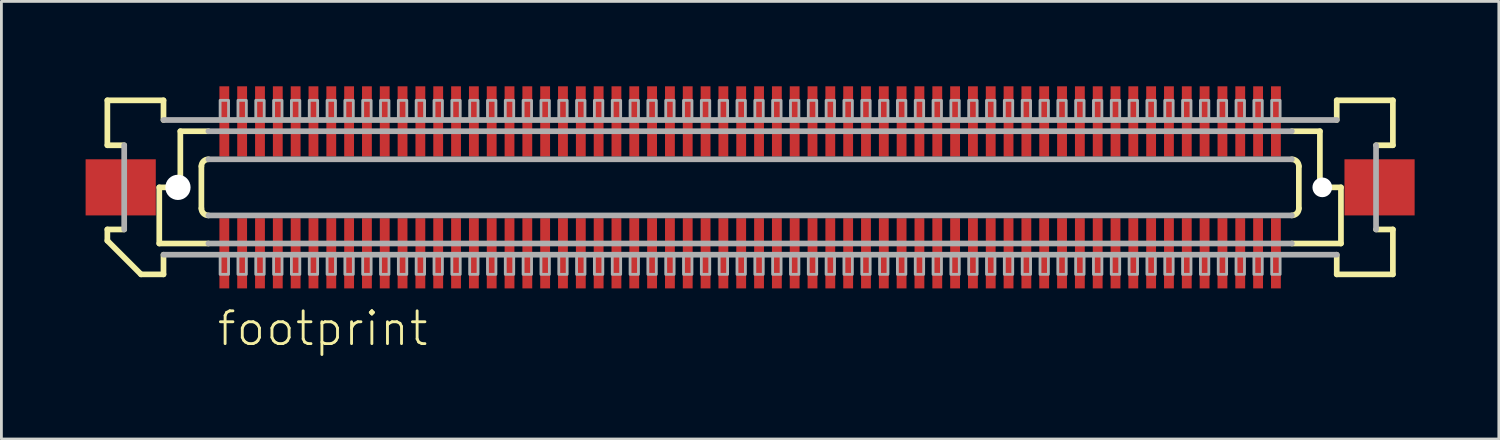
<source format=kicad_pcb>
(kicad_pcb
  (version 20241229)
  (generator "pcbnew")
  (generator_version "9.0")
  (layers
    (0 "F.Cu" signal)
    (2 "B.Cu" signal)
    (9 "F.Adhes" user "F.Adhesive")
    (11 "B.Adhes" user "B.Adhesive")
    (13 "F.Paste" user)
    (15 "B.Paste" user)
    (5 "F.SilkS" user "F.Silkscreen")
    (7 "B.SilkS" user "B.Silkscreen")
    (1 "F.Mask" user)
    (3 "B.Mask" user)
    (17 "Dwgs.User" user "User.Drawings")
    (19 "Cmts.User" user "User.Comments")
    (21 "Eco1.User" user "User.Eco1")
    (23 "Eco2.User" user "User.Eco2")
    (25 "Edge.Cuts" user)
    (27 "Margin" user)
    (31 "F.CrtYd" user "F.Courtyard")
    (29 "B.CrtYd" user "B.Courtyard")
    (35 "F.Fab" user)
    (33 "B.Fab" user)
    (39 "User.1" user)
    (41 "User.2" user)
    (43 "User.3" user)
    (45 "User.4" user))
  (footprint "footprint"
    (layer "F.Cu")
    (at 23.675 3.625)
    (property "Reference" "footprint" (at -19.05 5.715 0) (layer "F.SilkS") (effects (font (size 1.168 1.168) (thickness 0.102)) (justify left bottom)))
    (fp_poly (pts (xy -18.933 3.625) (xy -18.532 3.625) (xy -18.532 1.075) (xy -18.933 1.075)) (stroke (width 0) (type solid)) (fill yes) (layer "F.Mask"))
    (fp_poly (pts (xy -18.532 -3.625) (xy -18.933 -3.625) (xy -18.933 -1.075) (xy -18.532 -1.075)) (stroke (width 0) (type solid)) (fill yes) (layer "F.Mask"))
    (fp_poly (pts (xy -18.297 3.625) (xy -17.898 3.625) (xy -17.898 1.075) (xy -18.297 1.075)) (stroke (width 0) (type solid)) (fill yes) (layer "F.Mask"))
    (fp_poly (pts (xy -17.898 -3.625) (xy -18.297 -3.625) (xy -18.297 -1.075) (xy -17.898 -1.075)) (stroke (width 0) (type solid)) (fill yes) (layer "F.Mask"))
    (fp_poly (pts (xy -17.663 3.625) (xy -17.262 3.625) (xy -17.262 1.075) (xy -17.663 1.075)) (stroke (width 0) (type solid)) (fill yes) (layer "F.Mask"))
    (fp_poly (pts (xy -17.262 -3.625) (xy -17.663 -3.625) (xy -17.663 -1.075) (xy -17.262 -1.075)) (stroke (width 0) (type solid)) (fill yes) (layer "F.Mask"))
    (fp_poly (pts (xy -17.027 3.625) (xy -16.628 3.625) (xy -16.628 1.075) (xy -17.027 1.075)) (stroke (width 0) (type solid)) (fill yes) (layer "F.Mask"))
    (fp_poly (pts (xy -16.628 -3.625) (xy -17.027 -3.625) (xy -17.027 -1.075) (xy -16.628 -1.075)) (stroke (width 0) (type solid)) (fill yes) (layer "F.Mask"))
    (fp_poly (pts (xy -16.392 3.625) (xy -15.992 3.625) (xy -15.992 1.075) (xy -16.392 1.075)) (stroke (width 0) (type solid)) (fill yes) (layer "F.Mask"))
    (fp_poly (pts (xy -15.992 -3.625) (xy -16.392 -3.625) (xy -16.392 -1.075) (xy -15.992 -1.075)) (stroke (width 0) (type solid)) (fill yes) (layer "F.Mask"))
    (fp_poly (pts (xy -15.758 3.625) (xy -15.357 3.625) (xy -15.357 1.075) (xy -15.758 1.075)) (stroke (width 0) (type solid)) (fill yes) (layer "F.Mask"))
    (fp_poly (pts (xy -15.357 -3.625) (xy -15.758 -3.625) (xy -15.758 -1.075) (xy -15.357 -1.075)) (stroke (width 0) (type solid)) (fill yes) (layer "F.Mask"))
    (fp_poly (pts (xy -15.123 3.625) (xy -14.723 3.625) (xy -14.723 1.075) (xy -15.123 1.075)) (stroke (width 0) (type solid)) (fill yes) (layer "F.Mask"))
    (fp_poly (pts (xy -14.723 -3.625) (xy -15.123 -3.625) (xy -15.123 -1.075) (xy -14.723 -1.075)) (stroke (width 0) (type solid)) (fill yes) (layer "F.Mask"))
    (fp_poly (pts (xy -14.488 3.625) (xy -14.088 3.625) (xy -14.088 1.075) (xy -14.488 1.075)) (stroke (width 0) (type solid)) (fill yes) (layer "F.Mask"))
    (fp_poly (pts (xy -14.088 -3.625) (xy -14.488 -3.625) (xy -14.488 -1.075) (xy -14.088 -1.075)) (stroke (width 0) (type solid)) (fill yes) (layer "F.Mask"))
    (fp_poly (pts (xy -13.852 3.625) (xy -13.453 3.625) (xy -13.453 1.075) (xy -13.852 1.075)) (stroke (width 0) (type solid)) (fill yes) (layer "F.Mask"))
    (fp_poly (pts (xy -13.453 -3.625) (xy -13.852 -3.625) (xy -13.852 -1.075) (xy -13.453 -1.075)) (stroke (width 0) (type solid)) (fill yes) (layer "F.Mask"))
    (fp_poly (pts (xy -13.217 3.625) (xy -12.818 3.625) (xy -12.818 1.075) (xy -13.217 1.075)) (stroke (width 0) (type solid)) (fill yes) (layer "F.Mask"))
    (fp_poly (pts (xy -12.818 -3.625) (xy -13.217 -3.625) (xy -13.217 -1.075) (xy -12.818 -1.075)) (stroke (width 0) (type solid)) (fill yes) (layer "F.Mask"))
    (fp_poly (pts (xy -12.582 3.625) (xy -12.182 3.625) (xy -12.182 1.075) (xy -12.582 1.075)) (stroke (width 0) (type solid)) (fill yes) (layer "F.Mask"))
    (fp_poly (pts (xy -12.182 -3.625) (xy -12.582 -3.625) (xy -12.582 -1.075) (xy -12.182 -1.075)) (stroke (width 0) (type solid)) (fill yes) (layer "F.Mask"))
    (fp_poly (pts (xy -11.947 3.625) (xy -11.547 3.625) (xy -11.547 1.075) (xy -11.947 1.075)) (stroke (width 0) (type solid)) (fill yes) (layer "F.Mask"))
    (fp_poly (pts (xy -11.547 -3.625) (xy -11.947 -3.625) (xy -11.947 -1.075) (xy -11.547 -1.075)) (stroke (width 0) (type solid)) (fill yes) (layer "F.Mask"))
    (fp_poly (pts (xy -11.312 3.625) (xy -10.912 3.625) (xy -10.912 1.075) (xy -11.312 1.075)) (stroke (width 0) (type solid)) (fill yes) (layer "F.Mask"))
    (fp_poly (pts (xy -10.912 -3.625) (xy -11.312 -3.625) (xy -11.312 -1.075) (xy -10.912 -1.075)) (stroke (width 0) (type solid)) (fill yes) (layer "F.Mask"))
    (fp_poly (pts (xy -10.678 3.625) (xy -10.277 3.625) (xy -10.277 1.075) (xy -10.678 1.075)) (stroke (width 0) (type solid)) (fill yes) (layer "F.Mask"))
    (fp_poly (pts (xy -10.277 -3.625) (xy -10.678 -3.625) (xy -10.678 -1.075) (xy -10.277 -1.075)) (stroke (width 0) (type solid)) (fill yes) (layer "F.Mask"))
    (fp_poly (pts (xy -10.043 3.625) (xy -9.643 3.625) (xy -9.643 1.075) (xy -10.043 1.075)) (stroke (width 0) (type solid)) (fill yes) (layer "F.Mask"))
    (fp_poly (pts (xy -9.643 -3.625) (xy -10.043 -3.625) (xy -10.043 -1.075) (xy -9.643 -1.075)) (stroke (width 0) (type solid)) (fill yes) (layer "F.Mask"))
    (fp_poly (pts (xy -9.408 3.625) (xy -9.008 3.625) (xy -9.008 1.075) (xy -9.408 1.075)) (stroke (width 0) (type solid)) (fill yes) (layer "F.Mask"))
    (fp_poly (pts (xy -9.008 -3.625) (xy -9.408 -3.625) (xy -9.408 -1.075) (xy -9.008 -1.075)) (stroke (width 0) (type solid)) (fill yes) (layer "F.Mask"))
    (fp_poly (pts (xy -8.773 3.625) (xy -8.373 3.625) (xy -8.373 1.075) (xy -8.773 1.075)) (stroke (width 0) (type solid)) (fill yes) (layer "F.Mask"))
    (fp_poly (pts (xy -8.373 -3.625) (xy -8.773 -3.625) (xy -8.773 -1.075) (xy -8.373 -1.075)) (stroke (width 0) (type solid)) (fill yes) (layer "F.Mask"))
    (fp_poly (pts (xy -8.137 3.625) (xy -7.737 3.625) (xy -7.737 1.075) (xy -8.137 1.075)) (stroke (width 0) (type solid)) (fill yes) (layer "F.Mask"))
    (fp_poly (pts (xy -7.737 -3.625) (xy -8.137 -3.625) (xy -8.137 -1.075) (xy -7.737 -1.075)) (stroke (width 0) (type solid)) (fill yes) (layer "F.Mask"))
    (fp_poly (pts (xy -7.503 3.625) (xy -7.103 3.625) (xy -7.103 1.075) (xy -7.503 1.075)) (stroke (width 0) (type solid)) (fill yes) (layer "F.Mask"))
    (fp_poly (pts (xy -7.103 -3.625) (xy -7.503 -3.625) (xy -7.503 -1.075) (xy -7.103 -1.075)) (stroke (width 0) (type solid)) (fill yes) (layer "F.Mask"))
    (fp_poly (pts (xy -6.867 3.625) (xy -6.468 3.625) (xy -6.468 1.075) (xy -6.867 1.075)) (stroke (width 0) (type solid)) (fill yes) (layer "F.Mask"))
    (fp_poly (pts (xy -6.468 -3.625) (xy -6.867 -3.625) (xy -6.867 -1.075) (xy -6.468 -1.075)) (stroke (width 0) (type solid)) (fill yes) (layer "F.Mask"))
    (fp_poly (pts (xy -6.232 3.625) (xy -5.832 3.625) (xy -5.832 1.075) (xy -6.232 1.075)) (stroke (width 0) (type solid)) (fill yes) (layer "F.Mask"))
    (fp_poly (pts (xy -5.832 -3.625) (xy -6.232 -3.625) (xy -6.232 -1.075) (xy -5.832 -1.075)) (stroke (width 0) (type solid)) (fill yes) (layer "F.Mask"))
    (fp_poly (pts (xy -5.598 3.625) (xy -5.197 3.625) (xy -5.197 1.075) (xy -5.598 1.075)) (stroke (width 0) (type solid)) (fill yes) (layer "F.Mask"))
    (fp_poly (pts (xy -5.197 -3.625) (xy -5.598 -3.625) (xy -5.598 -1.075) (xy -5.197 -1.075)) (stroke (width 0) (type solid)) (fill yes) (layer "F.Mask"))
    (fp_poly (pts (xy -4.963 3.625) (xy -4.562 3.625) (xy -4.562 1.075) (xy -4.963 1.075)) (stroke (width 0) (type solid)) (fill yes) (layer "F.Mask"))
    (fp_poly (pts (xy -4.562 -3.625) (xy -4.963 -3.625) (xy -4.963 -1.075) (xy -4.562 -1.075)) (stroke (width 0) (type solid)) (fill yes) (layer "F.Mask"))
    (fp_poly (pts (xy -4.327 3.625) (xy -3.928 3.625) (xy -3.928 1.075) (xy -4.327 1.075)) (stroke (width 0) (type solid)) (fill yes) (layer "F.Mask"))
    (fp_poly (pts (xy -3.928 -3.625) (xy -4.327 -3.625) (xy -4.327 -1.075) (xy -3.928 -1.075)) (stroke (width 0) (type solid)) (fill yes) (layer "F.Mask"))
    (fp_poly (pts (xy -3.692 3.625) (xy -3.292 3.625) (xy -3.292 1.075) (xy -3.692 1.075)) (stroke (width 0) (type solid)) (fill yes) (layer "F.Mask"))
    (fp_poly (pts (xy -3.292 -3.625) (xy -3.692 -3.625) (xy -3.692 -1.075) (xy -3.292 -1.075)) (stroke (width 0) (type solid)) (fill yes) (layer "F.Mask"))
    (fp_poly (pts (xy -3.058 3.625) (xy -2.658 3.625) (xy -2.658 1.075) (xy -3.058 1.075)) (stroke (width 0) (type solid)) (fill yes) (layer "F.Mask"))
    (fp_poly (pts (xy -2.658 -3.625) (xy -3.058 -3.625) (xy -3.058 -1.075) (xy -2.658 -1.075)) (stroke (width 0) (type solid)) (fill yes) (layer "F.Mask"))
    (fp_poly (pts (xy -2.422 3.625) (xy -2.022 3.625) (xy -2.022 1.075) (xy -2.422 1.075)) (stroke (width 0) (type solid)) (fill yes) (layer "F.Mask"))
    (fp_poly (pts (xy -2.022 -3.625) (xy -2.422 -3.625) (xy -2.422 -1.075) (xy -2.022 -1.075)) (stroke (width 0) (type solid)) (fill yes) (layer "F.Mask"))
    (fp_poly (pts (xy -1.788 3.625) (xy -1.387 3.625) (xy -1.387 1.075) (xy -1.788 1.075)) (stroke (width 0) (type solid)) (fill yes) (layer "F.Mask"))
    (fp_poly (pts (xy -1.387 -3.625) (xy -1.788 -3.625) (xy -1.788 -1.075) (xy -1.387 -1.075)) (stroke (width 0) (type solid)) (fill yes) (layer "F.Mask"))
    (fp_poly (pts (xy -1.153 3.625) (xy -0.752 3.625) (xy -0.752 1.075) (xy -1.153 1.075)) (stroke (width 0) (type solid)) (fill yes) (layer "F.Mask"))
    (fp_poly (pts (xy -0.752 -3.625) (xy -1.153 -3.625) (xy -1.153 -1.075) (xy -0.752 -1.075)) (stroke (width 0) (type solid)) (fill yes) (layer "F.Mask"))
    (fp_poly (pts (xy -0.517 3.625) (xy -0.117 3.625) (xy -0.117 1.075) (xy -0.517 1.075)) (stroke (width 0) (type solid)) (fill yes) (layer "F.Mask"))
    (fp_poly (pts (xy -0.117 -3.625) (xy -0.517 -3.625) (xy -0.517 -1.075) (xy -0.117 -1.075)) (stroke (width 0) (type solid)) (fill yes) (layer "F.Mask"))
    (fp_poly (pts (xy 0.117 3.625) (xy 0.517 3.625) (xy 0.517 1.075) (xy 0.117 1.075)) (stroke (width 0) (type solid)) (fill yes) (layer "F.Mask"))
    (fp_poly (pts (xy 0.517 -3.625) (xy 0.117 -3.625) (xy 0.117 -1.075) (xy 0.517 -1.075)) (stroke (width 0) (type solid)) (fill yes) (layer "F.Mask"))
    (fp_poly (pts (xy 0.752 3.625) (xy 1.153 3.625) (xy 1.153 1.075) (xy 0.752 1.075)) (stroke (width 0) (type solid)) (fill yes) (layer "F.Mask"))
    (fp_poly (pts (xy 1.153 -3.625) (xy 0.752 -3.625) (xy 0.752 -1.075) (xy 1.153 -1.075)) (stroke (width 0) (type solid)) (fill yes) (layer "F.Mask"))
    (fp_poly (pts (xy 1.387 3.625) (xy 1.788 3.625) (xy 1.788 1.075) (xy 1.387 1.075)) (stroke (width 0) (type solid)) (fill yes) (layer "F.Mask"))
    (fp_poly (pts (xy 1.788 -3.625) (xy 1.387 -3.625) (xy 1.387 -1.075) (xy 1.788 -1.075)) (stroke (width 0) (type solid)) (fill yes) (layer "F.Mask"))
    (fp_poly (pts (xy 2.022 3.625) (xy 2.422 3.625) (xy 2.422 1.075) (xy 2.022 1.075)) (stroke (width 0) (type solid)) (fill yes) (layer "F.Mask"))
    (fp_poly (pts (xy 2.422 -3.625) (xy 2.022 -3.625) (xy 2.022 -1.075) (xy 2.422 -1.075)) (stroke (width 0) (type solid)) (fill yes) (layer "F.Mask"))
    (fp_poly (pts (xy 2.658 3.625) (xy 3.058 3.625) (xy 3.058 1.075) (xy 2.658 1.075)) (stroke (width 0) (type solid)) (fill yes) (layer "F.Mask"))
    (fp_poly (pts (xy 3.058 -3.625) (xy 2.658 -3.625) (xy 2.658 -1.075) (xy 3.058 -1.075)) (stroke (width 0) (type solid)) (fill yes) (layer "F.Mask"))
    (fp_poly (pts (xy 3.292 3.625) (xy 3.692 3.625) (xy 3.692 1.075) (xy 3.292 1.075)) (stroke (width 0) (type solid)) (fill yes) (layer "F.Mask"))
    (fp_poly (pts (xy 3.692 -3.625) (xy 3.292 -3.625) (xy 3.292 -1.075) (xy 3.692 -1.075)) (stroke (width 0) (type solid)) (fill yes) (layer "F.Mask"))
    (fp_poly (pts (xy 3.928 3.625) (xy 4.327 3.625) (xy 4.327 1.075) (xy 3.928 1.075)) (stroke (width 0) (type solid)) (fill yes) (layer "F.Mask"))
    (fp_poly (pts (xy 4.327 -3.625) (xy 3.928 -3.625) (xy 3.928 -1.075) (xy 4.327 -1.075)) (stroke (width 0) (type solid)) (fill yes) (layer "F.Mask"))
    (fp_poly (pts (xy 4.562 3.625) (xy 4.963 3.625) (xy 4.963 1.075) (xy 4.562 1.075)) (stroke (width 0) (type solid)) (fill yes) (layer "F.Mask"))
    (fp_poly (pts (xy 4.963 -3.625) (xy 4.562 -3.625) (xy 4.562 -1.075) (xy 4.963 -1.075)) (stroke (width 0) (type solid)) (fill yes) (layer "F.Mask"))
    (fp_poly (pts (xy 5.197 3.625) (xy 5.598 3.625) (xy 5.598 1.075) (xy 5.197 1.075)) (stroke (width 0) (type solid)) (fill yes) (layer "F.Mask"))
    (fp_poly (pts (xy 5.598 -3.625) (xy 5.197 -3.625) (xy 5.197 -1.075) (xy 5.598 -1.075)) (stroke (width 0) (type solid)) (fill yes) (layer "F.Mask"))
    (fp_poly (pts (xy 5.832 3.625) (xy 6.232 3.625) (xy 6.232 1.075) (xy 5.832 1.075)) (stroke (width 0) (type solid)) (fill yes) (layer "F.Mask"))
    (fp_poly (pts (xy 6.232 -3.625) (xy 5.832 -3.625) (xy 5.832 -1.075) (xy 6.232 -1.075)) (stroke (width 0) (type solid)) (fill yes) (layer "F.Mask"))
    (fp_poly (pts (xy 6.468 3.625) (xy 6.867 3.625) (xy 6.867 1.075) (xy 6.468 1.075)) (stroke (width 0) (type solid)) (fill yes) (layer "F.Mask"))
    (fp_poly (pts (xy 6.867 -3.625) (xy 6.468 -3.625) (xy 6.468 -1.075) (xy 6.867 -1.075)) (stroke (width 0) (type solid)) (fill yes) (layer "F.Mask"))
    (fp_poly (pts (xy 7.103 3.625) (xy 7.503 3.625) (xy 7.503 1.075) (xy 7.103 1.075)) (stroke (width 0) (type solid)) (fill yes) (layer "F.Mask"))
    (fp_poly (pts (xy 7.503 -3.625) (xy 7.103 -3.625) (xy 7.103 -1.075) (xy 7.503 -1.075)) (stroke (width 0) (type solid)) (fill yes) (layer "F.Mask"))
    (fp_poly (pts (xy 7.737 3.625) (xy 8.137 3.625) (xy 8.137 1.075) (xy 7.737 1.075)) (stroke (width 0) (type solid)) (fill yes) (layer "F.Mask"))
    (fp_poly (pts (xy 8.137 -3.625) (xy 7.737 -3.625) (xy 7.737 -1.075) (xy 8.137 -1.075)) (stroke (width 0) (type solid)) (fill yes) (layer "F.Mask"))
    (fp_poly (pts (xy 8.373 3.625) (xy 8.773 3.625) (xy 8.773 1.075) (xy 8.373 1.075)) (stroke (width 0) (type solid)) (fill yes) (layer "F.Mask"))
    (fp_poly (pts (xy 8.773 -3.625) (xy 8.373 -3.625) (xy 8.373 -1.075) (xy 8.773 -1.075)) (stroke (width 0) (type solid)) (fill yes) (layer "F.Mask"))
    (fp_poly (pts (xy 9.008 3.625) (xy 9.408 3.625) (xy 9.408 1.075) (xy 9.008 1.075)) (stroke (width 0) (type solid)) (fill yes) (layer "F.Mask"))
    (fp_poly (pts (xy 9.408 -3.625) (xy 9.008 -3.625) (xy 9.008 -1.075) (xy 9.408 -1.075)) (stroke (width 0) (type solid)) (fill yes) (layer "F.Mask"))
    (fp_poly (pts (xy 9.643 3.625) (xy 10.043 3.625) (xy 10.043 1.075) (xy 9.643 1.075)) (stroke (width 0) (type solid)) (fill yes) (layer "F.Mask"))
    (fp_poly (pts (xy 10.043 -3.625) (xy 9.643 -3.625) (xy 9.643 -1.075) (xy 10.043 -1.075)) (stroke (width 0) (type solid)) (fill yes) (layer "F.Mask"))
    (fp_poly (pts (xy 10.277 3.625) (xy 10.678 3.625) (xy 10.678 1.075) (xy 10.277 1.075)) (stroke (width 0) (type solid)) (fill yes) (layer "F.Mask"))
    (fp_poly (pts (xy 10.678 -3.625) (xy 10.277 -3.625) (xy 10.277 -1.075) (xy 10.678 -1.075)) (stroke (width 0) (type solid)) (fill yes) (layer "F.Mask"))
    (fp_poly (pts (xy 10.912 3.625) (xy 11.312 3.625) (xy 11.312 1.075) (xy 10.912 1.075)) (stroke (width 0) (type solid)) (fill yes) (layer "F.Mask"))
    (fp_poly (pts (xy 11.312 -3.625) (xy 10.912 -3.625) (xy 10.912 -1.075) (xy 11.312 -1.075)) (stroke (width 0) (type solid)) (fill yes) (layer "F.Mask"))
    (fp_poly (pts (xy 11.547 3.625) (xy 11.947 3.625) (xy 11.947 1.075) (xy 11.547 1.075)) (stroke (width 0) (type solid)) (fill yes) (layer "F.Mask"))
    (fp_poly (pts (xy 11.947 -3.625) (xy 11.547 -3.625) (xy 11.547 -1.075) (xy 11.947 -1.075)) (stroke (width 0) (type solid)) (fill yes) (layer "F.Mask"))
    (fp_poly (pts (xy 12.182 3.625) (xy 12.582 3.625) (xy 12.582 1.075) (xy 12.182 1.075)) (stroke (width 0) (type solid)) (fill yes) (layer "F.Mask"))
    (fp_poly (pts (xy 12.582 -3.625) (xy 12.182 -3.625) (xy 12.182 -1.075) (xy 12.582 -1.075)) (stroke (width 0) (type solid)) (fill yes) (layer "F.Mask"))
    (fp_poly (pts (xy 12.818 3.625) (xy 13.217 3.625) (xy 13.217 1.075) (xy 12.818 1.075)) (stroke (width 0) (type solid)) (fill yes) (layer "F.Mask"))
    (fp_poly (pts (xy 13.217 -3.625) (xy 12.818 -3.625) (xy 12.818 -1.075) (xy 13.217 -1.075)) (stroke (width 0) (type solid)) (fill yes) (layer "F.Mask"))
    (fp_poly (pts (xy 13.453 3.625) (xy 13.852 3.625) (xy 13.852 1.075) (xy 13.453 1.075)) (stroke (width 0) (type solid)) (fill yes) (layer "F.Mask"))
    (fp_poly (pts (xy 13.852 -3.625) (xy 13.453 -3.625) (xy 13.453 -1.075) (xy 13.852 -1.075)) (stroke (width 0) (type solid)) (fill yes) (layer "F.Mask"))
    (fp_poly (pts (xy 14.088 3.625) (xy 14.488 3.625) (xy 14.488 1.075) (xy 14.088 1.075)) (stroke (width 0) (type solid)) (fill yes) (layer "F.Mask"))
    (fp_poly (pts (xy 14.488 -3.625) (xy 14.088 -3.625) (xy 14.088 -1.075) (xy 14.488 -1.075)) (stroke (width 0) (type solid)) (fill yes) (layer "F.Mask"))
    (fp_poly (pts (xy 14.723 3.625) (xy 15.123 3.625) (xy 15.123 1.075) (xy 14.723 1.075)) (stroke (width 0) (type solid)) (fill yes) (layer "F.Mask"))
    (fp_poly (pts (xy 15.123 -3.625) (xy 14.723 -3.625) (xy 14.723 -1.075) (xy 15.123 -1.075)) (stroke (width 0) (type solid)) (fill yes) (layer "F.Mask"))
    (fp_poly (pts (xy 15.357 3.625) (xy 15.758 3.625) (xy 15.758 1.075) (xy 15.357 1.075)) (stroke (width 0) (type solid)) (fill yes) (layer "F.Mask"))
    (fp_poly (pts (xy 15.758 -3.625) (xy 15.357 -3.625) (xy 15.357 -1.075) (xy 15.758 -1.075)) (stroke (width 0) (type solid)) (fill yes) (layer "F.Mask"))
    (fp_poly (pts (xy 15.992 3.625) (xy 16.392 3.625) (xy 16.392 1.075) (xy 15.992 1.075)) (stroke (width 0) (type solid)) (fill yes) (layer "F.Mask"))
    (fp_poly (pts (xy 16.392 -3.625) (xy 15.992 -3.625) (xy 15.992 -1.075) (xy 16.392 -1.075)) (stroke (width 0) (type solid)) (fill yes) (layer "F.Mask"))
    (fp_poly (pts (xy 16.628 3.625) (xy 17.027 3.625) (xy 17.027 1.075) (xy 16.628 1.075)) (stroke (width 0) (type solid)) (fill yes) (layer "F.Mask"))
    (fp_poly (pts (xy 17.027 -3.625) (xy 16.628 -3.625) (xy 16.628 -1.075) (xy 17.027 -1.075)) (stroke (width 0) (type solid)) (fill yes) (layer "F.Mask"))
    (fp_poly (pts (xy 17.262 3.625) (xy 17.663 3.625) (xy 17.663 1.075) (xy 17.262 1.075)) (stroke (width 0) (type solid)) (fill yes) (layer "F.Mask"))
    (fp_poly (pts (xy 17.663 -3.625) (xy 17.262 -3.625) (xy 17.262 -1.075) (xy 17.663 -1.075)) (stroke (width 0) (type solid)) (fill yes) (layer "F.Mask"))
    (fp_poly (pts (xy 17.898 3.625) (xy 18.297 3.625) (xy 18.297 1.075) (xy 17.898 1.075)) (stroke (width 0) (type solid)) (fill yes) (layer "F.Mask"))
    (fp_poly (pts (xy 18.297 -3.625) (xy 17.898 -3.625) (xy 17.898 -1.075) (xy 18.297 -1.075)) (stroke (width 0) (type solid)) (fill yes) (layer "F.Mask"))
    (fp_poly (pts (xy 18.532 3.625) (xy 18.933 3.625) (xy 18.933 1.075) (xy 18.532 1.075)) (stroke (width 0) (type solid)) (fill yes) (layer "F.Mask"))
    (fp_poly (pts (xy 18.933 -3.625) (xy 18.532 -3.625) (xy 18.532 -1.075) (xy 18.933 -1.075)) (stroke (width 0) (type solid)) (fill yes) (layer "F.Mask"))
    (fp_line (start -22.9 -3.1) (end -20.9 -3.1) (stroke (width 0.203) (type solid)) (layer "F.SilkS"))
    (fp_line (start -22.9 -1.5) (end -22.9 -3.1) (stroke (width 0.203) (type solid)) (layer "F.SilkS"))
    (fp_line (start -22.9 1.5) (end -22.3 1.5) (stroke (width 0.203) (type solid)) (layer "F.SilkS"))
    (fp_line (start -22.9 1.9) (end -22.9 1.5) (stroke (width 0.203) (type solid)) (layer "F.SilkS"))
    (fp_line (start -22.3 -1.5) (end -22.9 -1.5) (stroke (width 0.203) (type solid)) (layer "F.SilkS"))
    (fp_line (start -21.7 3.1) (end -22.9 1.9) (stroke (width 0.203) (type solid)) (layer "F.SilkS"))
    (fp_line (start -21.05 0) (end -21.05 2) (stroke (width 0.203) (type solid)) (layer "F.SilkS"))
    (fp_line (start -21.05 2) (end -19.3 2) (stroke (width 0.203) (type solid)) (layer "F.SilkS"))
    (fp_line (start -20.9 -3.1) (end -20.9 -2.4) (stroke (width 0.203) (type solid)) (layer "F.SilkS"))
    (fp_line (start -20.9 2.4) (end -20.9 3.1) (stroke (width 0.203) (type solid)) (layer "F.SilkS"))
    (fp_line (start -20.9 3.1) (end -21.7 3.1) (stroke (width 0.203) (type solid)) (layer "F.SilkS"))
    (fp_line (start -20.3 -2) (end -20.3 0) (stroke (width 0.203) (type solid)) (layer "F.SilkS"))
    (fp_line (start -20.3 0) (end -21.05 0) (stroke (width 0.203) (type solid)) (layer "F.SilkS"))
    (fp_line (start -19.55 0.75) (end -19.55 -0.75) (stroke (width 0.203) (type solid)) (layer "F.SilkS"))
    (fp_line (start -19.3 -2) (end -20.3 -2) (stroke (width 0.203) (type solid)) (layer "F.SilkS"))
    (fp_line (start 19.3 2) (end 21.05 2) (stroke (width 0.203) (type solid)) (layer "F.SilkS"))
    (fp_line (start 19.55 -0.75) (end 19.55 0.75) (stroke (width 0.203) (type solid)) (layer "F.SilkS"))
    (fp_line (start 20.3 -2) (end 19.3 -2) (stroke (width 0.203) (type solid)) (layer "F.SilkS"))
    (fp_line (start 20.3 -2) (end 20.3 0) (stroke (width 0.203) (type solid)) (layer "F.SilkS"))
    (fp_line (start 20.9 -3.1) (end 22.9 -3.1) (stroke (width 0.203) (type solid)) (layer "F.SilkS"))
    (fp_line (start 20.9 -2.4) (end 20.9 -3.1) (stroke (width 0.203) (type solid)) (layer "F.SilkS"))
    (fp_line (start 20.9 3.1) (end 20.9 2.4) (stroke (width 0.203) (type solid)) (layer "F.SilkS"))
    (fp_line (start 21.05 0) (end 20.3 0) (stroke (width 0.203) (type solid)) (layer "F.SilkS"))
    (fp_line (start 21.05 0) (end 21.05 2) (stroke (width 0.203) (type solid)) (layer "F.SilkS"))
    (fp_line (start 22.3 1.5) (end 22.9 1.5) (stroke (width 0.203) (type solid)) (layer "F.SilkS"))
    (fp_line (start 22.9 -3.1) (end 22.9 -1.5) (stroke (width 0.203) (type solid)) (layer "F.SilkS"))
    (fp_line (start 22.9 -1.5) (end 22.3 -1.5) (stroke (width 0.203) (type solid)) (layer "F.SilkS"))
    (fp_line (start 22.9 1.5) (end 22.9 3.1) (stroke (width 0.203) (type solid)) (layer "F.SilkS"))
    (fp_line (start 22.9 3.1) (end 20.9 3.1) (stroke (width 0.203) (type solid)) (layer "F.SilkS"))
    (fp_arc (start -19.55 -0.75) (mid -19.476777 -0.926777) (end -19.3 -1) (stroke (width 0.2032) (type solid)) (layer "F.SilkS"))
    (fp_arc (start -19.3 1) (mid -19.476777 0.926777) (end -19.55 0.75) (stroke (width 0.2032) (type solid)) (layer "F.SilkS"))
    (fp_arc (start 19.3 -1) (mid 19.476777 -0.926777) (end 19.55 -0.75) (stroke (width 0.2032) (type solid)) (layer "F.SilkS"))
    (fp_arc (start 19.55 0.75) (mid 19.476777 0.926777) (end 19.3 1) (stroke (width 0.2032) (type solid)) (layer "F.SilkS"))
    (fp_line (start -22.3 1.5) (end -22.3 -1.5) (stroke (width 0.203) (type solid)) (layer "F.Fab"))
    (fp_line (start -20.9 -2.4) (end 20.9 -2.4) (stroke (width 0.203) (type solid)) (layer "F.Fab"))
    (fp_line (start -19.3 -1) (end 19.3 -1) (stroke (width 0.203) (type solid)) (layer "F.Fab"))
    (fp_line (start -19.3 2) (end 19.3 2) (stroke (width 0.203) (type solid)) (layer "F.Fab"))
    (fp_line (start 19.3 -2) (end -19.3 -2) (stroke (width 0.203) (type solid)) (layer "F.Fab"))
    (fp_line (start 19.3 1) (end -19.3 1) (stroke (width 0.203) (type solid)) (layer "F.Fab"))
    (fp_line (start 20.9 2.4) (end -20.9 2.4) (stroke (width 0.203) (type solid)) (layer "F.Fab"))
    (fp_line (start 22.3 -1.5) (end 22.3 1.5) (stroke (width 0.203) (type solid)) (layer "F.Fab"))
    (fp_poly (pts (xy -18.883 3.1) (xy -18.582 3.1) (xy -18.582 2.375) (xy -18.883 2.375)) (stroke (width 0.1) (type solid)) (fill no) (layer "F.Fab"))
    (fp_poly (pts (xy -18.582 -3.1) (xy -18.883 -3.1) (xy -18.883 -2.375) (xy -18.582 -2.375)) (stroke (width 0.1) (type solid)) (fill no) (layer "F.Fab"))
    (fp_poly (pts (xy -18.247 3.1) (xy -17.948 3.1) (xy -17.948 2.375) (xy -18.247 2.375)) (stroke (width 0.1) (type solid)) (fill no) (layer "F.Fab"))
    (fp_poly (pts (xy -17.948 -3.1) (xy -18.247 -3.1) (xy -18.247 -2.375) (xy -17.948 -2.375)) (stroke (width 0.1) (type solid)) (fill no) (layer "F.Fab"))
    (fp_poly (pts (xy -17.613 3.1) (xy -17.312 3.1) (xy -17.312 2.375) (xy -17.613 2.375)) (stroke (width 0.1) (type solid)) (fill no) (layer "F.Fab"))
    (fp_poly (pts (xy -17.312 -3.1) (xy -17.613 -3.1) (xy -17.613 -2.375) (xy -17.312 -2.375)) (stroke (width 0.1) (type solid)) (fill no) (layer "F.Fab"))
    (fp_poly (pts (xy -16.977 3.1) (xy -16.677 3.1) (xy -16.677 2.375) (xy -16.977 2.375)) (stroke (width 0.1) (type solid)) (fill no) (layer "F.Fab"))
    (fp_poly (pts (xy -16.677 -3.1) (xy -16.977 -3.1) (xy -16.977 -2.375) (xy -16.677 -2.375)) (stroke (width 0.1) (type solid)) (fill no) (layer "F.Fab"))
    (fp_poly (pts (xy -16.343 3.1) (xy -16.043 3.1) (xy -16.043 2.375) (xy -16.343 2.375)) (stroke (width 0.1) (type solid)) (fill no) (layer "F.Fab"))
    (fp_poly (pts (xy -16.043 -3.1) (xy -16.343 -3.1) (xy -16.343 -2.375) (xy -16.043 -2.375)) (stroke (width 0.1) (type solid)) (fill no) (layer "F.Fab"))
    (fp_poly (pts (xy -15.707 3.1) (xy -15.408 3.1) (xy -15.408 2.375) (xy -15.707 2.375)) (stroke (width 0.1) (type solid)) (fill no) (layer "F.Fab"))
    (fp_poly (pts (xy -15.408 -3.1) (xy -15.707 -3.1) (xy -15.707 -2.375) (xy -15.408 -2.375)) (stroke (width 0.1) (type solid)) (fill no) (layer "F.Fab"))
    (fp_poly (pts (xy -15.072 3.1) (xy -14.773 3.1) (xy -14.773 2.375) (xy -15.072 2.375)) (stroke (width 0.1) (type solid)) (fill no) (layer "F.Fab"))
    (fp_poly (pts (xy -14.773 -3.1) (xy -15.072 -3.1) (xy -15.072 -2.375) (xy -14.773 -2.375)) (stroke (width 0.1) (type solid)) (fill no) (layer "F.Fab"))
    (fp_poly (pts (xy -14.438 3.1) (xy -14.137 3.1) (xy -14.137 2.375) (xy -14.438 2.375)) (stroke (width 0.1) (type solid)) (fill no) (layer "F.Fab"))
    (fp_poly (pts (xy -14.137 -3.1) (xy -14.438 -3.1) (xy -14.438 -2.375) (xy -14.137 -2.375)) (stroke (width 0.1) (type solid)) (fill no) (layer "F.Fab"))
    (fp_poly (pts (xy -13.803 3.1) (xy -13.502 3.1) (xy -13.502 2.375) (xy -13.803 2.375)) (stroke (width 0.1) (type solid)) (fill no) (layer "F.Fab"))
    (fp_poly (pts (xy -13.502 -3.1) (xy -13.803 -3.1) (xy -13.803 -2.375) (xy -13.502 -2.375)) (stroke (width 0.1) (type solid)) (fill no) (layer "F.Fab"))
    (fp_poly (pts (xy -13.168 3.1) (xy -12.867 3.1) (xy -12.867 2.375) (xy -13.168 2.375)) (stroke (width 0.1) (type solid)) (fill no) (layer "F.Fab"))
    (fp_poly (pts (xy -12.867 -3.1) (xy -13.168 -3.1) (xy -13.168 -2.375) (xy -12.867 -2.375)) (stroke (width 0.1) (type solid)) (fill no) (layer "F.Fab"))
    (fp_poly (pts (xy -12.533 3.1) (xy -12.232 3.1) (xy -12.232 2.375) (xy -12.533 2.375)) (stroke (width 0.1) (type solid)) (fill no) (layer "F.Fab"))
    (fp_poly (pts (xy -12.232 -3.1) (xy -12.533 -3.1) (xy -12.533 -2.375) (xy -12.232 -2.375)) (stroke (width 0.1) (type solid)) (fill no) (layer "F.Fab"))
    (fp_poly (pts (xy -11.898 3.1) (xy -11.598 3.1) (xy -11.598 2.375) (xy -11.898 2.375)) (stroke (width 0.1) (type solid)) (fill no) (layer "F.Fab"))
    (fp_poly (pts (xy -11.598 -3.1) (xy -11.898 -3.1) (xy -11.898 -2.375) (xy -11.598 -2.375)) (stroke (width 0.1) (type solid)) (fill no) (layer "F.Fab"))
    (fp_poly (pts (xy -11.262 3.1) (xy -10.963 3.1) (xy -10.963 2.375) (xy -11.262 2.375)) (stroke (width 0.1) (type solid)) (fill no) (layer "F.Fab"))
    (fp_poly (pts (xy -10.963 -3.1) (xy -11.262 -3.1) (xy -11.262 -2.375) (xy -10.963 -2.375)) (stroke (width 0.1) (type solid)) (fill no) (layer "F.Fab"))
    (fp_poly (pts (xy -10.627 3.1) (xy -10.328 3.1) (xy -10.328 2.375) (xy -10.627 2.375)) (stroke (width 0.1) (type solid)) (fill no) (layer "F.Fab"))
    (fp_poly (pts (xy -10.328 -3.1) (xy -10.627 -3.1) (xy -10.627 -2.375) (xy -10.328 -2.375)) (stroke (width 0.1) (type solid)) (fill no) (layer "F.Fab"))
    (fp_poly (pts (xy -9.992 3.1) (xy -9.693 3.1) (xy -9.693 2.375) (xy -9.992 2.375)) (stroke (width 0.1) (type solid)) (fill no) (layer "F.Fab"))
    (fp_poly (pts (xy -9.693 -3.1) (xy -9.992 -3.1) (xy -9.992 -2.375) (xy -9.693 -2.375)) (stroke (width 0.1) (type solid)) (fill no) (layer "F.Fab"))
    (fp_poly (pts (xy -9.357 3.1) (xy -9.057 3.1) (xy -9.057 2.375) (xy -9.357 2.375)) (stroke (width 0.1) (type solid)) (fill no) (layer "F.Fab"))
    (fp_poly (pts (xy -9.057 -3.1) (xy -9.357 -3.1) (xy -9.357 -2.375) (xy -9.057 -2.375)) (stroke (width 0.1) (type solid)) (fill no) (layer "F.Fab"))
    (fp_poly (pts (xy -8.723 3.1) (xy -8.422 3.1) (xy -8.422 2.375) (xy -8.723 2.375)) (stroke (width 0.1) (type solid)) (fill no) (layer "F.Fab"))
    (fp_poly (pts (xy -8.422 -3.1) (xy -8.723 -3.1) (xy -8.723 -2.375) (xy -8.422 -2.375)) (stroke (width 0.1) (type solid)) (fill no) (layer "F.Fab"))
    (fp_poly (pts (xy -8.088 3.1) (xy -7.787 3.1) (xy -7.787 2.375) (xy -8.088 2.375)) (stroke (width 0.1) (type solid)) (fill no) (layer "F.Fab"))
    (fp_poly (pts (xy -7.787 -3.1) (xy -8.088 -3.1) (xy -8.088 -2.375) (xy -7.787 -2.375)) (stroke (width 0.1) (type solid)) (fill no) (layer "F.Fab"))
    (fp_poly (pts (xy -7.452 3.1) (xy -7.152 3.1) (xy -7.152 2.375) (xy -7.452 2.375)) (stroke (width 0.1) (type solid)) (fill no) (layer "F.Fab"))
    (fp_poly (pts (xy -7.152 -3.1) (xy -7.452 -3.1) (xy -7.452 -2.375) (xy -7.152 -2.375)) (stroke (width 0.1) (type solid)) (fill no) (layer "F.Fab"))
    (fp_poly (pts (xy -6.817 3.1) (xy -6.518 3.1) (xy -6.518 2.375) (xy -6.817 2.375)) (stroke (width 0.1) (type solid)) (fill no) (layer "F.Fab"))
    (fp_poly (pts (xy -6.518 -3.1) (xy -6.817 -3.1) (xy -6.817 -2.375) (xy -6.518 -2.375)) (stroke (width 0.1) (type solid)) (fill no) (layer "F.Fab"))
    (fp_poly (pts (xy -6.183 3.1) (xy -5.883 3.1) (xy -5.883 2.375) (xy -6.183 2.375)) (stroke (width 0.1) (type solid)) (fill no) (layer "F.Fab"))
    (fp_poly (pts (xy -5.883 -3.1) (xy -6.183 -3.1) (xy -6.183 -2.375) (xy -5.883 -2.375)) (stroke (width 0.1) (type solid)) (fill no) (layer "F.Fab"))
    (fp_poly (pts (xy -5.548 3.1) (xy -5.247 3.1) (xy -5.247 2.375) (xy -5.548 2.375)) (stroke (width 0.1) (type solid)) (fill no) (layer "F.Fab"))
    (fp_poly (pts (xy -5.247 -3.1) (xy -5.548 -3.1) (xy -5.548 -2.375) (xy -5.247 -2.375)) (stroke (width 0.1) (type solid)) (fill no) (layer "F.Fab"))
    (fp_poly (pts (xy -4.912 3.1) (xy -4.612 3.1) (xy -4.612 2.375) (xy -4.912 2.375)) (stroke (width 0.1) (type solid)) (fill no) (layer "F.Fab"))
    (fp_poly (pts (xy -4.612 -3.1) (xy -4.912 -3.1) (xy -4.912 -2.375) (xy -4.612 -2.375)) (stroke (width 0.1) (type solid)) (fill no) (layer "F.Fab"))
    (fp_poly (pts (xy -4.277 3.1) (xy -3.978 3.1) (xy -3.978 2.375) (xy -4.277 2.375)) (stroke (width 0.1) (type solid)) (fill no) (layer "F.Fab"))
    (fp_poly (pts (xy -3.978 -3.1) (xy -4.277 -3.1) (xy -4.277 -2.375) (xy -3.978 -2.375)) (stroke (width 0.1) (type solid)) (fill no) (layer "F.Fab"))
    (fp_poly (pts (xy -3.643 3.1) (xy -3.342 3.1) (xy -3.342 2.375) (xy -3.643 2.375)) (stroke (width 0.1) (type solid)) (fill no) (layer "F.Fab"))
    (fp_poly (pts (xy -3.342 -3.1) (xy -3.643 -3.1) (xy -3.643 -2.375) (xy -3.342 -2.375)) (stroke (width 0.1) (type solid)) (fill no) (layer "F.Fab"))
    (fp_poly (pts (xy -3.007 3.1) (xy -2.708 3.1) (xy -2.708 2.375) (xy -3.007 2.375)) (stroke (width 0.1) (type solid)) (fill no) (layer "F.Fab"))
    (fp_poly (pts (xy -2.708 -3.1) (xy -3.007 -3.1) (xy -3.007 -2.375) (xy -2.708 -2.375)) (stroke (width 0.1) (type solid)) (fill no) (layer "F.Fab"))
    (fp_poly (pts (xy -2.373 3.1) (xy -2.072 3.1) (xy -2.072 2.375) (xy -2.373 2.375)) (stroke (width 0.1) (type solid)) (fill no) (layer "F.Fab"))
    (fp_poly (pts (xy -2.072 -3.1) (xy -2.373 -3.1) (xy -2.373 -2.375) (xy -2.072 -2.375)) (stroke (width 0.1) (type solid)) (fill no) (layer "F.Fab"))
    (fp_poly (pts (xy -1.738 3.1) (xy -1.438 3.1) (xy -1.438 2.375) (xy -1.738 2.375)) (stroke (width 0.1) (type solid)) (fill no) (layer "F.Fab"))
    (fp_poly (pts (xy -1.438 -3.1) (xy -1.738 -3.1) (xy -1.738 -2.375) (xy -1.438 -2.375)) (stroke (width 0.1) (type solid)) (fill no) (layer "F.Fab"))
    (fp_poly (pts (xy -1.103 3.1) (xy -0.802 3.1) (xy -0.802 2.375) (xy -1.103 2.375)) (stroke (width 0.1) (type solid)) (fill no) (layer "F.Fab"))
    (fp_poly (pts (xy -0.802 -3.1) (xy -1.103 -3.1) (xy -1.103 -2.375) (xy -0.802 -2.375)) (stroke (width 0.1) (type solid)) (fill no) (layer "F.Fab"))
    (fp_poly (pts (xy -0.468 3.1) (xy -0.168 3.1) (xy -0.168 2.375) (xy -0.468 2.375)) (stroke (width 0.1) (type solid)) (fill no) (layer "F.Fab"))
    (fp_poly (pts (xy -0.168 -3.1) (xy -0.468 -3.1) (xy -0.468 -2.375) (xy -0.168 -2.375)) (stroke (width 0.1) (type solid)) (fill no) (layer "F.Fab"))
    (fp_poly (pts (xy 0.168 3.1) (xy 0.468 3.1) (xy 0.468 2.375) (xy 0.168 2.375)) (stroke (width 0.1) (type solid)) (fill no) (layer "F.Fab"))
    (fp_poly (pts (xy 0.468 -3.1) (xy 0.168 -3.1) (xy 0.168 -2.375) (xy 0.468 -2.375)) (stroke (width 0.1) (type solid)) (fill no) (layer "F.Fab"))
    (fp_poly (pts (xy 0.802 3.1) (xy 1.103 3.1) (xy 1.103 2.375) (xy 0.802 2.375)) (stroke (width 0.1) (type solid)) (fill no) (layer "F.Fab"))
    (fp_poly (pts (xy 1.103 -3.1) (xy 0.802 -3.1) (xy 0.802 -2.375) (xy 1.103 -2.375)) (stroke (width 0.1) (type solid)) (fill no) (layer "F.Fab"))
    (fp_poly (pts (xy 1.438 3.1) (xy 1.738 3.1) (xy 1.738 2.375) (xy 1.438 2.375)) (stroke (width 0.1) (type solid)) (fill no) (layer "F.Fab"))
    (fp_poly (pts (xy 1.738 -3.1) (xy 1.438 -3.1) (xy 1.438 -2.375) (xy 1.738 -2.375)) (stroke (width 0.1) (type solid)) (fill no) (layer "F.Fab"))
    (fp_poly (pts (xy 2.072 3.1) (xy 2.373 3.1) (xy 2.373 2.375) (xy 2.072 2.375)) (stroke (width 0.1) (type solid)) (fill no) (layer "F.Fab"))
    (fp_poly (pts (xy 2.373 -3.1) (xy 2.072 -3.1) (xy 2.072 -2.375) (xy 2.373 -2.375)) (stroke (width 0.1) (type solid)) (fill no) (layer "F.Fab"))
    (fp_poly (pts (xy 2.708 3.1) (xy 3.007 3.1) (xy 3.007 2.375) (xy 2.708 2.375)) (stroke (width 0.1) (type solid)) (fill no) (layer "F.Fab"))
    (fp_poly (pts (xy 3.007 -3.1) (xy 2.708 -3.1) (xy 2.708 -2.375) (xy 3.007 -2.375)) (stroke (width 0.1) (type solid)) (fill no) (layer "F.Fab"))
    (fp_poly (pts (xy 3.342 3.1) (xy 3.643 3.1) (xy 3.643 2.375) (xy 3.342 2.375)) (stroke (width 0.1) (type solid)) (fill no) (layer "F.Fab"))
    (fp_poly (pts (xy 3.643 -3.1) (xy 3.342 -3.1) (xy 3.342 -2.375) (xy 3.643 -2.375)) (stroke (width 0.1) (type solid)) (fill no) (layer "F.Fab"))
    (fp_poly (pts (xy 3.978 3.1) (xy 4.277 3.1) (xy 4.277 2.375) (xy 3.978 2.375)) (stroke (width 0.1) (type solid)) (fill no) (layer "F.Fab"))
    (fp_poly (pts (xy 4.277 -3.1) (xy 3.978 -3.1) (xy 3.978 -2.375) (xy 4.277 -2.375)) (stroke (width 0.1) (type solid)) (fill no) (layer "F.Fab"))
    (fp_poly (pts (xy 4.612 3.1) (xy 4.912 3.1) (xy 4.912 2.375) (xy 4.612 2.375)) (stroke (width 0.1) (type solid)) (fill no) (layer "F.Fab"))
    (fp_poly (pts (xy 4.912 -3.1) (xy 4.612 -3.1) (xy 4.612 -2.375) (xy 4.912 -2.375)) (stroke (width 0.1) (type solid)) (fill no) (layer "F.Fab"))
    (fp_poly (pts (xy 5.247 3.1) (xy 5.548 3.1) (xy 5.548 2.375) (xy 5.247 2.375)) (stroke (width 0.1) (type solid)) (fill no) (layer "F.Fab"))
    (fp_poly (pts (xy 5.548 -3.1) (xy 5.247 -3.1) (xy 5.247 -2.375) (xy 5.548 -2.375)) (stroke (width 0.1) (type solid)) (fill no) (layer "F.Fab"))
    (fp_poly (pts (xy 5.883 3.1) (xy 6.183 3.1) (xy 6.183 2.375) (xy 5.883 2.375)) (stroke (width 0.1) (type solid)) (fill no) (layer "F.Fab"))
    (fp_poly (pts (xy 6.183 -3.1) (xy 5.883 -3.1) (xy 5.883 -2.375) (xy 6.183 -2.375)) (stroke (width 0.1) (type solid)) (fill no) (layer "F.Fab"))
    (fp_poly (pts (xy 6.518 3.1) (xy 6.817 3.1) (xy 6.817 2.375) (xy 6.518 2.375)) (stroke (width 0.1) (type solid)) (fill no) (layer "F.Fab"))
    (fp_poly (pts (xy 6.817 -3.1) (xy 6.518 -3.1) (xy 6.518 -2.375) (xy 6.817 -2.375)) (stroke (width 0.1) (type solid)) (fill no) (layer "F.Fab"))
    (fp_poly (pts (xy 7.152 3.1) (xy 7.452 3.1) (xy 7.452 2.375) (xy 7.152 2.375)) (stroke (width 0.1) (type solid)) (fill no) (layer "F.Fab"))
    (fp_poly (pts (xy 7.452 -3.1) (xy 7.152 -3.1) (xy 7.152 -2.375) (xy 7.452 -2.375)) (stroke (width 0.1) (type solid)) (fill no) (layer "F.Fab"))
    (fp_poly (pts (xy 7.787 3.1) (xy 8.088 3.1) (xy 8.088 2.375) (xy 7.787 2.375)) (stroke (width 0.1) (type solid)) (fill no) (layer "F.Fab"))
    (fp_poly (pts (xy 8.088 -3.1) (xy 7.787 -3.1) (xy 7.787 -2.375) (xy 8.088 -2.375)) (stroke (width 0.1) (type solid)) (fill no) (layer "F.Fab"))
    (fp_poly (pts (xy 8.422 3.1) (xy 8.723 3.1) (xy 8.723 2.375) (xy 8.422 2.375)) (stroke (width 0.1) (type solid)) (fill no) (layer "F.Fab"))
    (fp_poly (pts (xy 8.723 -3.1) (xy 8.422 -3.1) (xy 8.422 -2.375) (xy 8.723 -2.375)) (stroke (width 0.1) (type solid)) (fill no) (layer "F.Fab"))
    (fp_poly (pts (xy 9.057 3.1) (xy 9.357 3.1) (xy 9.357 2.375) (xy 9.057 2.375)) (stroke (width 0.1) (type solid)) (fill no) (layer "F.Fab"))
    (fp_poly (pts (xy 9.357 -3.1) (xy 9.057 -3.1) (xy 9.057 -2.375) (xy 9.357 -2.375)) (stroke (width 0.1) (type solid)) (fill no) (layer "F.Fab"))
    (fp_poly (pts (xy 9.693 3.1) (xy 9.992 3.1) (xy 9.992 2.375) (xy 9.693 2.375)) (stroke (width 0.1) (type solid)) (fill no) (layer "F.Fab"))
    (fp_poly (pts (xy 9.992 -3.1) (xy 9.693 -3.1) (xy 9.693 -2.375) (xy 9.992 -2.375)) (stroke (width 0.1) (type solid)) (fill no) (layer "F.Fab"))
    (fp_poly (pts (xy 10.328 3.1) (xy 10.627 3.1) (xy 10.627 2.375) (xy 10.328 2.375)) (stroke (width 0.1) (type solid)) (fill no) (layer "F.Fab"))
    (fp_poly (pts (xy 10.627 -3.1) (xy 10.328 -3.1) (xy 10.328 -2.375) (xy 10.627 -2.375)) (stroke (width 0.1) (type solid)) (fill no) (layer "F.Fab"))
    (fp_poly (pts (xy 10.963 3.1) (xy 11.262 3.1) (xy 11.262 2.375) (xy 10.963 2.375)) (stroke (width 0.1) (type solid)) (fill no) (layer "F.Fab"))
    (fp_poly (pts (xy 11.262 -3.1) (xy 10.963 -3.1) (xy 10.963 -2.375) (xy 11.262 -2.375)) (stroke (width 0.1) (type solid)) (fill no) (layer "F.Fab"))
    (fp_poly (pts (xy 11.598 3.1) (xy 11.898 3.1) (xy 11.898 2.375) (xy 11.598 2.375)) (stroke (width 0.1) (type solid)) (fill no) (layer "F.Fab"))
    (fp_poly (pts (xy 11.898 -3.1) (xy 11.598 -3.1) (xy 11.598 -2.375) (xy 11.898 -2.375)) (stroke (width 0.1) (type solid)) (fill no) (layer "F.Fab"))
    (fp_poly (pts (xy 12.232 3.1) (xy 12.533 3.1) (xy 12.533 2.375) (xy 12.232 2.375)) (stroke (width 0.1) (type solid)) (fill no) (layer "F.Fab"))
    (fp_poly (pts (xy 12.533 -3.1) (xy 12.232 -3.1) (xy 12.232 -2.375) (xy 12.533 -2.375)) (stroke (width 0.1) (type solid)) (fill no) (layer "F.Fab"))
    (fp_poly (pts (xy 12.867 3.1) (xy 13.168 3.1) (xy 13.168 2.375) (xy 12.867 2.375)) (stroke (width 0.1) (type solid)) (fill no) (layer "F.Fab"))
    (fp_poly (pts (xy 13.168 -3.1) (xy 12.867 -3.1) (xy 12.867 -2.375) (xy 13.168 -2.375)) (stroke (width 0.1) (type solid)) (fill no) (layer "F.Fab"))
    (fp_poly (pts (xy 13.502 3.1) (xy 13.803 3.1) (xy 13.803 2.375) (xy 13.502 2.375)) (stroke (width 0.1) (type solid)) (fill no) (layer "F.Fab"))
    (fp_poly (pts (xy 13.803 -3.1) (xy 13.502 -3.1) (xy 13.502 -2.375) (xy 13.803 -2.375)) (stroke (width 0.1) (type solid)) (fill no) (layer "F.Fab"))
    (fp_poly (pts (xy 14.137 3.1) (xy 14.438 3.1) (xy 14.438 2.375) (xy 14.137 2.375)) (stroke (width 0.1) (type solid)) (fill no) (layer "F.Fab"))
    (fp_poly (pts (xy 14.438 -3.1) (xy 14.137 -3.1) (xy 14.137 -2.375) (xy 14.438 -2.375)) (stroke (width 0.1) (type solid)) (fill no) (layer "F.Fab"))
    (fp_poly (pts (xy 14.773 3.1) (xy 15.072 3.1) (xy 15.072 2.375) (xy 14.773 2.375)) (stroke (width 0.1) (type solid)) (fill no) (layer "F.Fab"))
    (fp_poly (pts (xy 15.072 -3.1) (xy 14.773 -3.1) (xy 14.773 -2.375) (xy 15.072 -2.375)) (stroke (width 0.1) (type solid)) (fill no) (layer "F.Fab"))
    (fp_poly (pts (xy 15.408 3.1) (xy 15.707 3.1) (xy 15.707 2.375) (xy 15.408 2.375)) (stroke (width 0.1) (type solid)) (fill no) (layer "F.Fab"))
    (fp_poly (pts (xy 15.707 -3.1) (xy 15.408 -3.1) (xy 15.408 -2.375) (xy 15.707 -2.375)) (stroke (width 0.1) (type solid)) (fill no) (layer "F.Fab"))
    (fp_poly (pts (xy 16.043 3.1) (xy 16.343 3.1) (xy 16.343 2.375) (xy 16.043 2.375)) (stroke (width 0.1) (type solid)) (fill no) (layer "F.Fab"))
    (fp_poly (pts (xy 16.343 -3.1) (xy 16.043 -3.1) (xy 16.043 -2.375) (xy 16.343 -2.375)) (stroke (width 0.1) (type solid)) (fill no) (layer "F.Fab"))
    (fp_poly (pts (xy 16.677 3.1) (xy 16.977 3.1) (xy 16.977 2.375) (xy 16.677 2.375)) (stroke (width 0.1) (type solid)) (fill no) (layer "F.Fab"))
    (fp_poly (pts (xy 16.977 -3.1) (xy 16.677 -3.1) (xy 16.677 -2.375) (xy 16.977 -2.375)) (stroke (width 0.1) (type solid)) (fill no) (layer "F.Fab"))
    (fp_poly (pts (xy 17.312 3.1) (xy 17.613 3.1) (xy 17.613 2.375) (xy 17.312 2.375)) (stroke (width 0.1) (type solid)) (fill no) (layer "F.Fab"))
    (fp_poly (pts (xy 17.613 -3.1) (xy 17.312 -3.1) (xy 17.312 -2.375) (xy 17.613 -2.375)) (stroke (width 0.1) (type solid)) (fill no) (layer "F.Fab"))
    (fp_poly (pts (xy 17.948 3.1) (xy 18.247 3.1) (xy 18.247 2.375) (xy 17.948 2.375)) (stroke (width 0.1) (type solid)) (fill no) (layer "F.Fab"))
    (fp_poly (pts (xy 18.247 -3.1) (xy 17.948 -3.1) (xy 17.948 -2.375) (xy 18.247 -2.375)) (stroke (width 0.1) (type solid)) (fill no) (layer "F.Fab"))
    (fp_poly (pts (xy 18.582 3.1) (xy 18.883 3.1) (xy 18.883 2.375) (xy 18.582 2.375)) (stroke (width 0.1) (type solid)) (fill no) (layer "F.Fab"))
    (fp_poly (pts (xy 18.883 -3.1) (xy 18.582 -3.1) (xy 18.582 -2.375) (xy 18.883 -2.375)) (stroke (width 0.1) (type solid)) (fill no) (layer "F.Fab"))
    (pad "" np_thru_hole circle (at -20.385 0) (size 0.9 0.9) (drill 0.9) (layers "*.Cu" "*.Mask"))
    (pad "" np_thru_hole circle (at 20.385 0) (size 0.7 0.7) (drill 0.7) (layers "*.Cu" "*.Mask"))
    (pad "1" smd rect (at -18.733 2.35) (size 0.35 2.5) (layers "F.Cu" "F.Paste"))
    (pad "2" smd rect (at -18.733 -2.35 180) (size 0.35 2.5) (layers "F.Cu" "F.Paste"))
    (pad "3" smd rect (at -18.098 2.35) (size 0.35 2.5) (layers "F.Cu" "F.Paste"))
    (pad "4" smd rect (at -18.098 -2.35 180) (size 0.35 2.5) (layers "F.Cu" "F.Paste"))
    (pad "5" smd rect (at -17.462 2.35) (size 0.35 2.5) (layers "F.Cu" "F.Paste"))
    (pad "6" smd rect (at -17.462 -2.35 180) (size 0.35 2.5) (layers "F.Cu" "F.Paste"))
    (pad "7" smd rect (at -16.828 2.35) (size 0.35 2.5) (layers "F.Cu" "F.Paste"))
    (pad "8" smd rect (at -16.828 -2.35 180) (size 0.35 2.5) (layers "F.Cu" "F.Paste"))
    (pad "9" smd rect (at -16.192 2.35) (size 0.35 2.5) (layers "F.Cu" "F.Paste"))
    (pad "10" smd rect (at -16.192 -2.35 180) (size 0.35 2.5) (layers "F.Cu" "F.Paste"))
    (pad "11" smd rect (at -15.557 2.35) (size 0.35 2.5) (layers "F.Cu" "F.Paste"))
    (pad "12" smd rect (at -15.557 -2.35 180) (size 0.35 2.5) (layers "F.Cu" "F.Paste"))
    (pad "13" smd rect (at -14.922 2.35) (size 0.35 2.5) (layers "F.Cu" "F.Paste"))
    (pad "14" smd rect (at -14.922 -2.35 180) (size 0.35 2.5) (layers "F.Cu" "F.Paste"))
    (pad "15" smd rect (at -14.287 2.35) (size 0.35 2.5) (layers "F.Cu" "F.Paste"))
    (pad "16" smd rect (at -14.287 -2.35 180) (size 0.35 2.5) (layers "F.Cu" "F.Paste"))
    (pad "17" smd rect (at -13.652 2.35) (size 0.35 2.5) (layers "F.Cu" "F.Paste"))
    (pad "18" smd rect (at -13.652 -2.35 180) (size 0.35 2.5) (layers "F.Cu" "F.Paste"))
    (pad "19" smd rect (at -13.018 2.35) (size 0.35 2.5) (layers "F.Cu" "F.Paste"))
    (pad "20" smd rect (at -13.018 -2.35 180) (size 0.35 2.5) (layers "F.Cu" "F.Paste"))
    (pad "21" smd rect (at -12.383 2.35) (size 0.35 2.5) (layers "F.Cu" "F.Paste"))
    (pad "22" smd rect (at -12.383 -2.35 180) (size 0.35 2.5) (layers "F.Cu" "F.Paste"))
    (pad "23" smd rect (at -11.748 2.35) (size 0.35 2.5) (layers "F.Cu" "F.Paste"))
    (pad "24" smd rect (at -11.748 -2.35 180) (size 0.35 2.5) (layers "F.Cu" "F.Paste"))
    (pad "25" smd rect (at -11.113 2.35) (size 0.35 2.5) (layers "F.Cu" "F.Paste"))
    (pad "26" smd rect (at -11.113 -2.35 180) (size 0.35 2.5) (layers "F.Cu" "F.Paste"))
    (pad "27" smd rect (at -10.477 2.35) (size 0.35 2.5) (layers "F.Cu" "F.Paste"))
    (pad "28" smd rect (at -10.477 -2.35 180) (size 0.35 2.5) (layers "F.Cu" "F.Paste"))
    (pad "29" smd rect (at -9.842 2.35) (size 0.35 2.5) (layers "F.Cu" "F.Paste"))
    (pad "30" smd rect (at -9.842 -2.35 180) (size 0.35 2.5) (layers "F.Cu" "F.Paste"))
    (pad "31" smd rect (at -9.207 2.35) (size 0.35 2.5) (layers "F.Cu" "F.Paste"))
    (pad "32" smd rect (at -9.207 -2.35 180) (size 0.35 2.5) (layers "F.Cu" "F.Paste"))
    (pad "33" smd rect (at -8.572 2.35) (size 0.35 2.5) (layers "F.Cu" "F.Paste"))
    (pad "34" smd rect (at -8.572 -2.35 180) (size 0.35 2.5) (layers "F.Cu" "F.Paste"))
    (pad "35" smd rect (at -7.938 2.35) (size 0.35 2.5) (layers "F.Cu" "F.Paste"))
    (pad "36" smd rect (at -7.938 -2.35 180) (size 0.35 2.5) (layers "F.Cu" "F.Paste"))
    (pad "37" smd rect (at -7.303 2.35) (size 0.35 2.5) (layers "F.Cu" "F.Paste"))
    (pad "38" smd rect (at -7.303 -2.35 180) (size 0.35 2.5) (layers "F.Cu" "F.Paste"))
    (pad "39" smd rect (at -6.668 2.35) (size 0.35 2.5) (layers "F.Cu" "F.Paste"))
    (pad "40" smd rect (at -6.668 -2.35 180) (size 0.35 2.5) (layers "F.Cu" "F.Paste"))
    (pad "41" smd rect (at -6.032 2.35) (size 0.35 2.5) (layers "F.Cu" "F.Paste"))
    (pad "42" smd rect (at -6.032 -2.35 180) (size 0.35 2.5) (layers "F.Cu" "F.Paste"))
    (pad "43" smd rect (at -5.397 2.35) (size 0.35 2.5) (layers "F.Cu" "F.Paste"))
    (pad "44" smd rect (at -5.397 -2.35 180) (size 0.35 2.5) (layers "F.Cu" "F.Paste"))
    (pad "45" smd rect (at -4.763 2.35) (size 0.35 2.5) (layers "F.Cu" "F.Paste"))
    (pad "46" smd rect (at -4.763 -2.35 180) (size 0.35 2.5) (layers "F.Cu" "F.Paste"))
    (pad "47" smd rect (at -4.128 2.35) (size 0.35 2.5) (layers "F.Cu" "F.Paste"))
    (pad "48" smd rect (at -4.128 -2.35 180) (size 0.35 2.5) (layers "F.Cu" "F.Paste"))
    (pad "49" smd rect (at -3.493 2.35) (size 0.35 2.5) (layers "F.Cu" "F.Paste"))
    (pad "50" smd rect (at -3.493 -2.35 180) (size 0.35 2.5) (layers "F.Cu" "F.Paste"))
    (pad "51" smd rect (at -2.857 2.35) (size 0.35 2.5) (layers "F.Cu" "F.Paste"))
    (pad "52" smd rect (at -2.857 -2.35 180) (size 0.35 2.5) (layers "F.Cu" "F.Paste"))
    (pad "53" smd rect (at -2.223 2.35) (size 0.35 2.5) (layers "F.Cu" "F.Paste"))
    (pad "54" smd rect (at -2.223 -2.35 180) (size 0.35 2.5) (layers "F.Cu" "F.Paste"))
    (pad "55" smd rect (at -1.587 2.35) (size 0.35 2.5) (layers "F.Cu" "F.Paste"))
    (pad "56" smd rect (at -1.587 -2.35 180) (size 0.35 2.5) (layers "F.Cu" "F.Paste"))
    (pad "57" smd rect (at -0.953 2.35) (size 0.35 2.5) (layers "F.Cu" "F.Paste"))
    (pad "58" smd rect (at -0.953 -2.35 180) (size 0.35 2.5) (layers "F.Cu" "F.Paste"))
    (pad "59" smd rect (at -0.318 2.35) (size 0.35 2.5) (layers "F.Cu" "F.Paste"))
    (pad "60" smd rect (at -0.318 -2.35 180) (size 0.35 2.5) (layers "F.Cu" "F.Paste"))
    (pad "61" smd rect (at 0.318 2.35) (size 0.35 2.5) (layers "F.Cu" "F.Paste"))
    (pad "62" smd rect (at 0.318 -2.35 180) (size 0.35 2.5) (layers "F.Cu" "F.Paste"))
    (pad "63" smd rect (at 0.953 2.35) (size 0.35 2.5) (layers "F.Cu" "F.Paste"))
    (pad "64" smd rect (at 0.953 -2.35 180) (size 0.35 2.5) (layers "F.Cu" "F.Paste"))
    (pad "65" smd rect (at 1.587 2.35) (size 0.35 2.5) (layers "F.Cu" "F.Paste"))
    (pad "66" smd rect (at 1.587 -2.35 180) (size 0.35 2.5) (layers "F.Cu" "F.Paste"))
    (pad "67" smd rect (at 2.223 2.35) (size 0.35 2.5) (layers "F.Cu" "F.Paste"))
    (pad "68" smd rect (at 2.223 -2.35 180) (size 0.35 2.5) (layers "F.Cu" "F.Paste"))
    (pad "69" smd rect (at 2.857 2.35) (size 0.35 2.5) (layers "F.Cu" "F.Paste"))
    (pad "70" smd rect (at 2.857 -2.35 180) (size 0.35 2.5) (layers "F.Cu" "F.Paste"))
    (pad "71" smd rect (at 3.493 2.35) (size 0.35 2.5) (layers "F.Cu" "F.Paste"))
    (pad "72" smd rect (at 3.493 -2.35 180) (size 0.35 2.5) (layers "F.Cu" "F.Paste"))
    (pad "73" smd rect (at 4.128 2.35) (size 0.35 2.5) (layers "F.Cu" "F.Paste"))
    (pad "74" smd rect (at 4.128 -2.35 180) (size 0.35 2.5) (layers "F.Cu" "F.Paste"))
    (pad "75" smd rect (at 4.763 2.35) (size 0.35 2.5) (layers "F.Cu" "F.Paste"))
    (pad "76" smd rect (at 4.763 -2.35 180) (size 0.35 2.5) (layers "F.Cu" "F.Paste"))
    (pad "77" smd rect (at 5.397 2.35) (size 0.35 2.5) (layers "F.Cu" "F.Paste"))
    (pad "78" smd rect (at 5.397 -2.35 180) (size 0.35 2.5) (layers "F.Cu" "F.Paste"))
    (pad "79" smd rect (at 6.032 2.35) (size 0.35 2.5) (layers "F.Cu" "F.Paste"))
    (pad "80" smd rect (at 6.032 -2.35 180) (size 0.35 2.5) (layers "F.Cu" "F.Paste"))
    (pad "81" smd rect (at 6.668 2.35) (size 0.35 2.5) (layers "F.Cu" "F.Paste"))
    (pad "82" smd rect (at 6.668 -2.35 180) (size 0.35 2.5) (layers "F.Cu" "F.Paste"))
    (pad "83" smd rect (at 7.303 2.35) (size 0.35 2.5) (layers "F.Cu" "F.Paste"))
    (pad "84" smd rect (at 7.303 -2.35 180) (size 0.35 2.5) (layers "F.Cu" "F.Paste"))
    (pad "85" smd rect (at 7.938 2.35) (size 0.35 2.5) (layers "F.Cu" "F.Paste"))
    (pad "86" smd rect (at 7.938 -2.35 180) (size 0.35 2.5) (layers "F.Cu" "F.Paste"))
    (pad "87" smd rect (at 8.572 2.35) (size 0.35 2.5) (layers "F.Cu" "F.Paste"))
    (pad "88" smd rect (at 8.572 -2.35 180) (size 0.35 2.5) (layers "F.Cu" "F.Paste"))
    (pad "89" smd rect (at 9.207 2.35) (size 0.35 2.5) (layers "F.Cu" "F.Paste"))
    (pad "90" smd rect (at 9.207 -2.35 180) (size 0.35 2.5) (layers "F.Cu" "F.Paste"))
    (pad "91" smd rect (at 9.842 2.35) (size 0.35 2.5) (layers "F.Cu" "F.Paste"))
    (pad "92" smd rect (at 9.842 -2.35 180) (size 0.35 2.5) (layers "F.Cu" "F.Paste"))
    (pad "93" smd rect (at 10.477 2.35) (size 0.35 2.5) (layers "F.Cu" "F.Paste"))
    (pad "94" smd rect (at 10.477 -2.35 180) (size 0.35 2.5) (layers "F.Cu" "F.Paste"))
    (pad "95" smd rect (at 11.113 2.35) (size 0.35 2.5) (layers "F.Cu" "F.Paste"))
    (pad "96" smd rect (at 11.113 -2.35 180) (size 0.35 2.5) (layers "F.Cu" "F.Paste"))
    (pad "97" smd rect (at 11.748 2.35) (size 0.35 2.5) (layers "F.Cu" "F.Paste"))
    (pad "98" smd rect (at 11.748 -2.35 180) (size 0.35 2.5) (layers "F.Cu" "F.Paste"))
    (pad "99" smd rect (at 12.383 2.35) (size 0.35 2.5) (layers "F.Cu" "F.Paste"))
    (pad "100" smd rect (at 12.383 -2.35 180) (size 0.35 2.5) (layers "F.Cu" "F.Paste"))
    (pad "101" smd rect (at 13.018 2.35) (size 0.35 2.5) (layers "F.Cu" "F.Paste"))
    (pad "102" smd rect (at 13.018 -2.35 180) (size 0.35 2.5) (layers "F.Cu" "F.Paste"))
    (pad "103" smd rect (at 13.652 2.35) (size 0.35 2.5) (layers "F.Cu" "F.Paste"))
    (pad "104" smd rect (at 13.652 -2.35 180) (size 0.35 2.5) (layers "F.Cu" "F.Paste"))
    (pad "105" smd rect (at 14.287 2.35) (size 0.35 2.5) (layers "F.Cu" "F.Paste"))
    (pad "106" smd rect (at 14.287 -2.35 180) (size 0.35 2.5) (layers "F.Cu" "F.Paste"))
    (pad "107" smd rect (at 14.922 2.35) (size 0.35 2.5) (layers "F.Cu" "F.Paste"))
    (pad "108" smd rect (at 14.922 -2.35 180) (size 0.35 2.5) (layers "F.Cu" "F.Paste"))
    (pad "109" smd rect (at 15.557 2.35) (size 0.35 2.5) (layers "F.Cu" "F.Paste"))
    (pad "110" smd rect (at 15.557 -2.35 180) (size 0.35 2.5) (layers "F.Cu" "F.Paste"))
    (pad "111" smd rect (at 16.192 2.35) (size 0.35 2.5) (layers "F.Cu" "F.Paste"))
    (pad "112" smd rect (at 16.192 -2.35 180) (size 0.35 2.5) (layers "F.Cu" "F.Paste"))
    (pad "113" smd rect (at 16.828 2.35) (size 0.35 2.5) (layers "F.Cu" "F.Paste"))
    (pad "114" smd rect (at 16.828 -2.35 180) (size 0.35 2.5) (layers "F.Cu" "F.Paste"))
    (pad "115" smd rect (at 17.462 2.35) (size 0.35 2.5) (layers "F.Cu" "F.Paste"))
    (pad "116" smd rect (at 17.462 -2.35 180) (size 0.35 2.5) (layers "F.Cu" "F.Paste"))
    (pad "117" smd rect (at 18.098 2.35) (size 0.35 2.5) (layers "F.Cu" "F.Paste"))
    (pad "118" smd rect (at 18.098 -2.35 180) (size 0.35 2.5) (layers "F.Cu" "F.Paste"))
    (pad "119" smd rect (at 18.733 2.35) (size 0.35 2.5) (layers "F.Cu" "F.Paste"))
    (pad "120" smd rect (at 18.733 -2.35 180) (size 0.35 2.5) (layers "F.Cu" "F.Paste"))
    (pad "M1" smd rect (at -22.425 0) (size 2.5 2) (layers "F.Cu" "F.Mask" "F.Paste"))
    (pad "M2" smd rect (at 22.425 0 180) (size 2.5 2) (layers "F.Cu" "F.Mask" "F.Paste")))
  (gr_rect
    (start -3 -3)
    (end 50.35 12.59)
    (stroke (width 0.1) (type default))
    (fill no)
    (layer "Edge.Cuts")))
</source>
